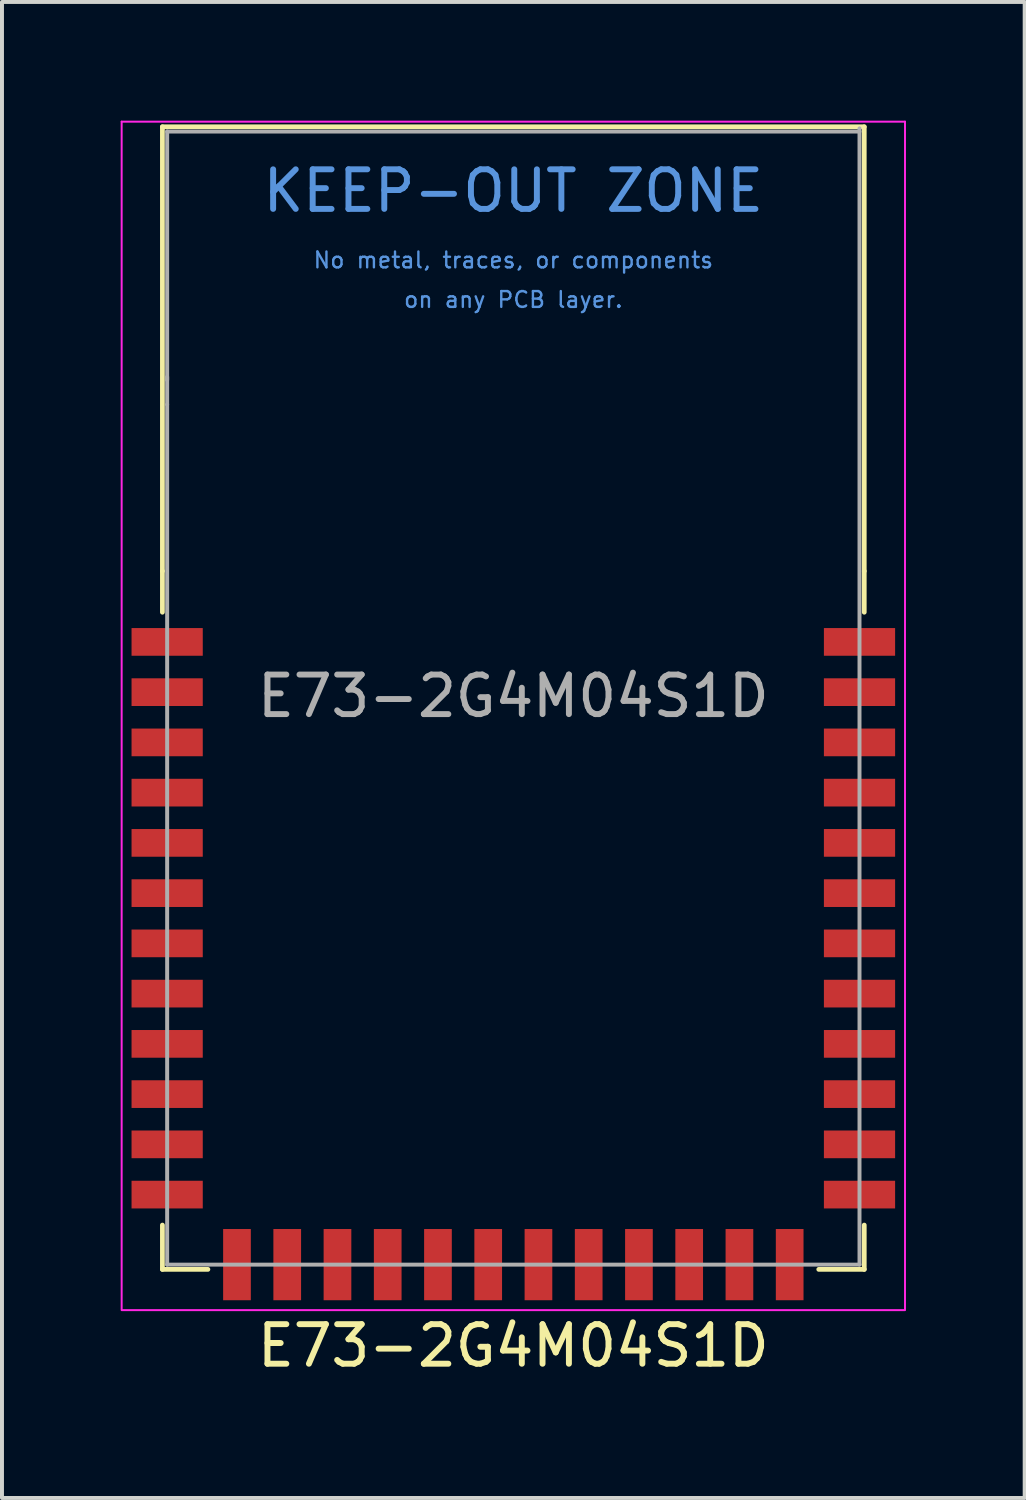
<source format=kicad_pcb>
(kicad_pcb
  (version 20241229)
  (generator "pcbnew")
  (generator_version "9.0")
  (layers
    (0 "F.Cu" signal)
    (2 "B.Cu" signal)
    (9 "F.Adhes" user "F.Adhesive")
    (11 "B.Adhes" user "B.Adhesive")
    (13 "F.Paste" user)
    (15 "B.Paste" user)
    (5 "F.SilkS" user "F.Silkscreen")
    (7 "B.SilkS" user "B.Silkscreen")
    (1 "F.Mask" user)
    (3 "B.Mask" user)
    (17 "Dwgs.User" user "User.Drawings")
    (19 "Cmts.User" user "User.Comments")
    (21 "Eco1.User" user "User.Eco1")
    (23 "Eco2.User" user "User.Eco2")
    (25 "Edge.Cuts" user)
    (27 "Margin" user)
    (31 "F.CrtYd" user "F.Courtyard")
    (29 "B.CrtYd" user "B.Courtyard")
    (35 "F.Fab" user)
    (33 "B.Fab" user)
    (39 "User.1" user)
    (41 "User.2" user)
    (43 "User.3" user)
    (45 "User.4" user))
  (footprint "E73-2G4M04S1D"
    (layer "F.Cu")
    (at 9.925 14.545)
    (property "Reference" "E73-2G4M04S1D" (at 0 16.42 0) (layer "F.SilkS") (effects (font (size 1 1) (thickness 0.15))))
    (attr smd)
    (fp_line (start -8.87 -14.39) (end -8.87 -3.16) (stroke (width 0.12) (type solid)) (layer "F.SilkS"))
    (fp_line (start -8.87 -3.16) (end -8.87 -2.12) (stroke (width 0.12) (type solid)) (layer "F.SilkS"))
    (fp_line (start -8.87 14.49) (end -8.87 13.37) (stroke (width 0.12) (type solid)) (layer "F.SilkS"))
    (fp_line (start -8.87 14.49) (end -7.72 14.49) (stroke (width 0.12) (type solid)) (layer "F.SilkS"))
    (fp_line (start 8.87 -14.39) (end -8.87 -14.39) (stroke (width 0.12) (type solid)) (layer "F.SilkS"))
    (fp_line (start 8.87 -14.39) (end 8.87 -3.16) (stroke (width 0.12) (type solid)) (layer "F.SilkS"))
    (fp_line (start 8.87 -3.16) (end 8.87 -2.12) (stroke (width 0.12) (type solid)) (layer "F.SilkS"))
    (fp_line (start 8.87 14.49) (end 7.72 14.49) (stroke (width 0.12) (type solid)) (layer "F.SilkS"))
    (fp_line (start 8.87 14.49) (end 8.87 13.37) (stroke (width 0.12) (type solid)) (layer "F.SilkS"))
    (fp_line (start -9.9 -14.52) (end -9.9 15.5) (stroke (width 0.05) (type solid)) (layer "F.CrtYd"))
    (fp_line (start -9.9 15.52) (end 9.9 15.52) (stroke (width 0.05) (type solid)) (layer "F.CrtYd"))
    (fp_line (start 9.9 -14.52) (end -9.9 -14.52) (stroke (width 0.05) (type solid)) (layer "F.CrtYd"))
    (fp_line (start 9.9 15.5) (end 9.9 -14.52) (stroke (width 0.05) (type solid)) (layer "F.CrtYd"))
    (fp_line (start -8.75 -8.07) (end -8.75 -7.37) (stroke (width 0.1) (type solid)) (layer "F.Fab"))
    (fp_line (start -8.75 -7.99) (end -8.75 -14.27) (stroke (width 0.1) (type solid)) (layer "F.Fab"))
    (fp_line (start -8.75 -7.37) (end -8.75 14.37) (stroke (width 0.1) (type solid)) (layer "F.Fab"))
    (fp_line (start -8.75 14.37) (end 8.75 14.37) (stroke (width 0.1) (type solid)) (layer "F.Fab"))
    (fp_line (start 8.75 -14.27) (end -8.75 -14.27) (stroke (width 0.1) (type solid)) (layer "F.Fab"))
    (fp_line (start 8.75 14.37) (end 8.75 -14.35) (stroke (width 0.1) (type solid)) (layer "F.Fab"))
    (fp_text user "No metal, traces, or components" (at 0 -11.02 0) (layer "Cmts.User") (effects (font (size 0.4 0.4) (thickness 0.06))))
    (fp_text user "on any PCB layer." (at 0 -10.02 0) (layer "Cmts.User") (effects (font (size 0.4 0.4) (thickness 0.06))))
    (fp_text user "KEEP-OUT ZONE" (at 0 -12.77 0) (layer "Cmts.User") (effects (font (size 1 1) (thickness 0.15))))
    (fp_text user "${REFERENCE}" (at 0 0 0) (layer "F.Fab") (effects (font (size 1 1) (thickness 0.15))))
    (pad "1" smd rect (at -8.75 -1.37) (size 1.8 0.7) (layers "F.Cu" "F.Mask" "F.Paste"))
    (pad "2" smd rect (at -8.75 -0.1) (size 1.8 0.7) (layers "F.Cu" "F.Mask" "F.Paste"))
    (pad "3" smd rect (at -8.75 1.17) (size 1.8 0.7) (layers "F.Cu" "F.Mask" "F.Paste"))
    (pad "4" smd rect (at -8.75 2.44) (size 1.8 0.7) (layers "F.Cu" "F.Mask" "F.Paste"))
    (pad "5" smd rect (at -8.75 3.71) (size 1.8 0.7) (layers "F.Cu" "F.Mask" "F.Paste"))
    (pad "6" smd rect (at -8.75 4.98) (size 1.8 0.7) (layers "F.Cu" "F.Mask" "F.Paste"))
    (pad "7" smd rect (at -8.75 6.25) (size 1.8 0.7) (layers "F.Cu" "F.Mask" "F.Paste"))
    (pad "8" smd rect (at -8.75 7.52) (size 1.8 0.7) (layers "F.Cu" "F.Mask" "F.Paste"))
    (pad "9" smd rect (at -8.75 8.79) (size 1.8 0.7) (layers "F.Cu" "F.Mask" "F.Paste"))
    (pad "10" smd rect (at -8.75 10.06) (size 1.8 0.7) (layers "F.Cu" "F.Mask" "F.Paste"))
    (pad "11" smd rect (at -8.75 11.33) (size 1.8 0.7) (layers "F.Cu" "F.Mask" "F.Paste"))
    (pad "12" smd rect (at -8.75 12.6) (size 1.8 0.7) (layers "F.Cu" "F.Mask" "F.Paste"))
    (pad "13" smd rect (at -6.985 14.37) (size 0.7 1.8) (layers "F.Cu" "F.Mask" "F.Paste"))
    (pad "14" smd rect (at -5.715 14.37) (size 0.7 1.8) (layers "F.Cu" "F.Mask" "F.Paste"))
    (pad "15" smd rect (at -4.445 14.37) (size 0.7 1.8) (layers "F.Cu" "F.Mask" "F.Paste"))
    (pad "16" smd rect (at -3.175 14.37) (size 0.7 1.8) (layers "F.Cu" "F.Mask" "F.Paste"))
    (pad "17" smd rect (at -1.905 14.37) (size 0.7 1.8) (layers "F.Cu" "F.Mask" "F.Paste"))
    (pad "18" smd rect (at -0.635 14.37) (size 0.7 1.8) (layers "F.Cu" "F.Mask" "F.Paste"))
    (pad "19" smd rect (at 0.635 14.37) (size 0.7 1.8) (layers "F.Cu" "F.Mask" "F.Paste"))
    (pad "20" smd rect (at 1.905 14.37) (size 0.7 1.8) (layers "F.Cu" "F.Mask" "F.Paste"))
    (pad "21" smd rect (at 3.175 14.37) (size 0.7 1.8) (layers "F.Cu" "F.Mask" "F.Paste"))
    (pad "22" smd rect (at 4.445 14.37) (size 0.7 1.8) (layers "F.Cu" "F.Mask" "F.Paste"))
    (pad "23" smd rect (at 5.715 14.37) (size 0.7 1.8) (layers "F.Cu" "F.Mask" "F.Paste"))
    (pad "24" smd rect (at 6.985 14.37) (size 0.7 1.8) (layers "F.Cu" "F.Mask" "F.Paste"))
    (pad "25" smd rect (at 8.75 12.6) (size 1.8 0.7) (layers "F.Cu" "F.Mask" "F.Paste"))
    (pad "26" smd rect (at 8.75 11.33) (size 1.8 0.7) (layers "F.Cu" "F.Mask" "F.Paste"))
    (pad "27" smd rect (at 8.75 10.06) (size 1.8 0.7) (layers "F.Cu" "F.Mask" "F.Paste"))
    (pad "28" smd rect (at 8.75 8.79) (size 1.8 0.7) (layers "F.Cu" "F.Mask" "F.Paste"))
    (pad "29" smd rect (at 8.75 7.52) (size 1.8 0.7) (layers "F.Cu" "F.Mask" "F.Paste"))
    (pad "30" smd rect (at 8.75 6.25) (size 1.8 0.7) (layers "F.Cu" "F.Mask" "F.Paste"))
    (pad "31" smd rect (at 8.75 4.98) (size 1.8 0.7) (layers "F.Cu" "F.Mask" "F.Paste"))
    (pad "32" smd rect (at 8.75 3.71) (size 1.8 0.7) (layers "F.Cu" "F.Mask" "F.Paste"))
    (pad "33" smd rect (at 8.75 2.44) (size 1.8 0.7) (layers "F.Cu" "F.Mask" "F.Paste"))
    (pad "34" smd rect (at 8.75 1.17) (size 1.8 0.7) (layers "F.Cu" "F.Mask" "F.Paste"))
    (pad "35" smd rect (at 8.75 -0.1) (size 1.8 0.7) (layers "F.Cu" "F.Mask" "F.Paste"))
    (pad "36" smd rect (at 8.75 -1.37) (size 1.8 0.7) (layers "F.Cu" "F.Mask" "F.Paste"))
    (zone (net_name "") (layers "F.Cu" "B.Cu") (hatch full 0.508) (connect_pads) (min_thickness 0.254) (filled_areas_thickness no) (keepout (tracks not_allowed) (vias not_allowed) (pads not_allowed) (copperpour not_allowed) (footprints not_allowed)) (placement (enabled no)) (fill) (polygon (pts (xy 1.175 5.775) (xy 18.675 5.775) (xy 18.675 0.275) (xy 1.175 0.275)))))
  (gr_rect
    (start -3 -3)
    (end 22.85 34.813)
    (stroke (width 0.1) (type default))
    (fill no)
    (layer "Edge.Cuts")))
</source>
